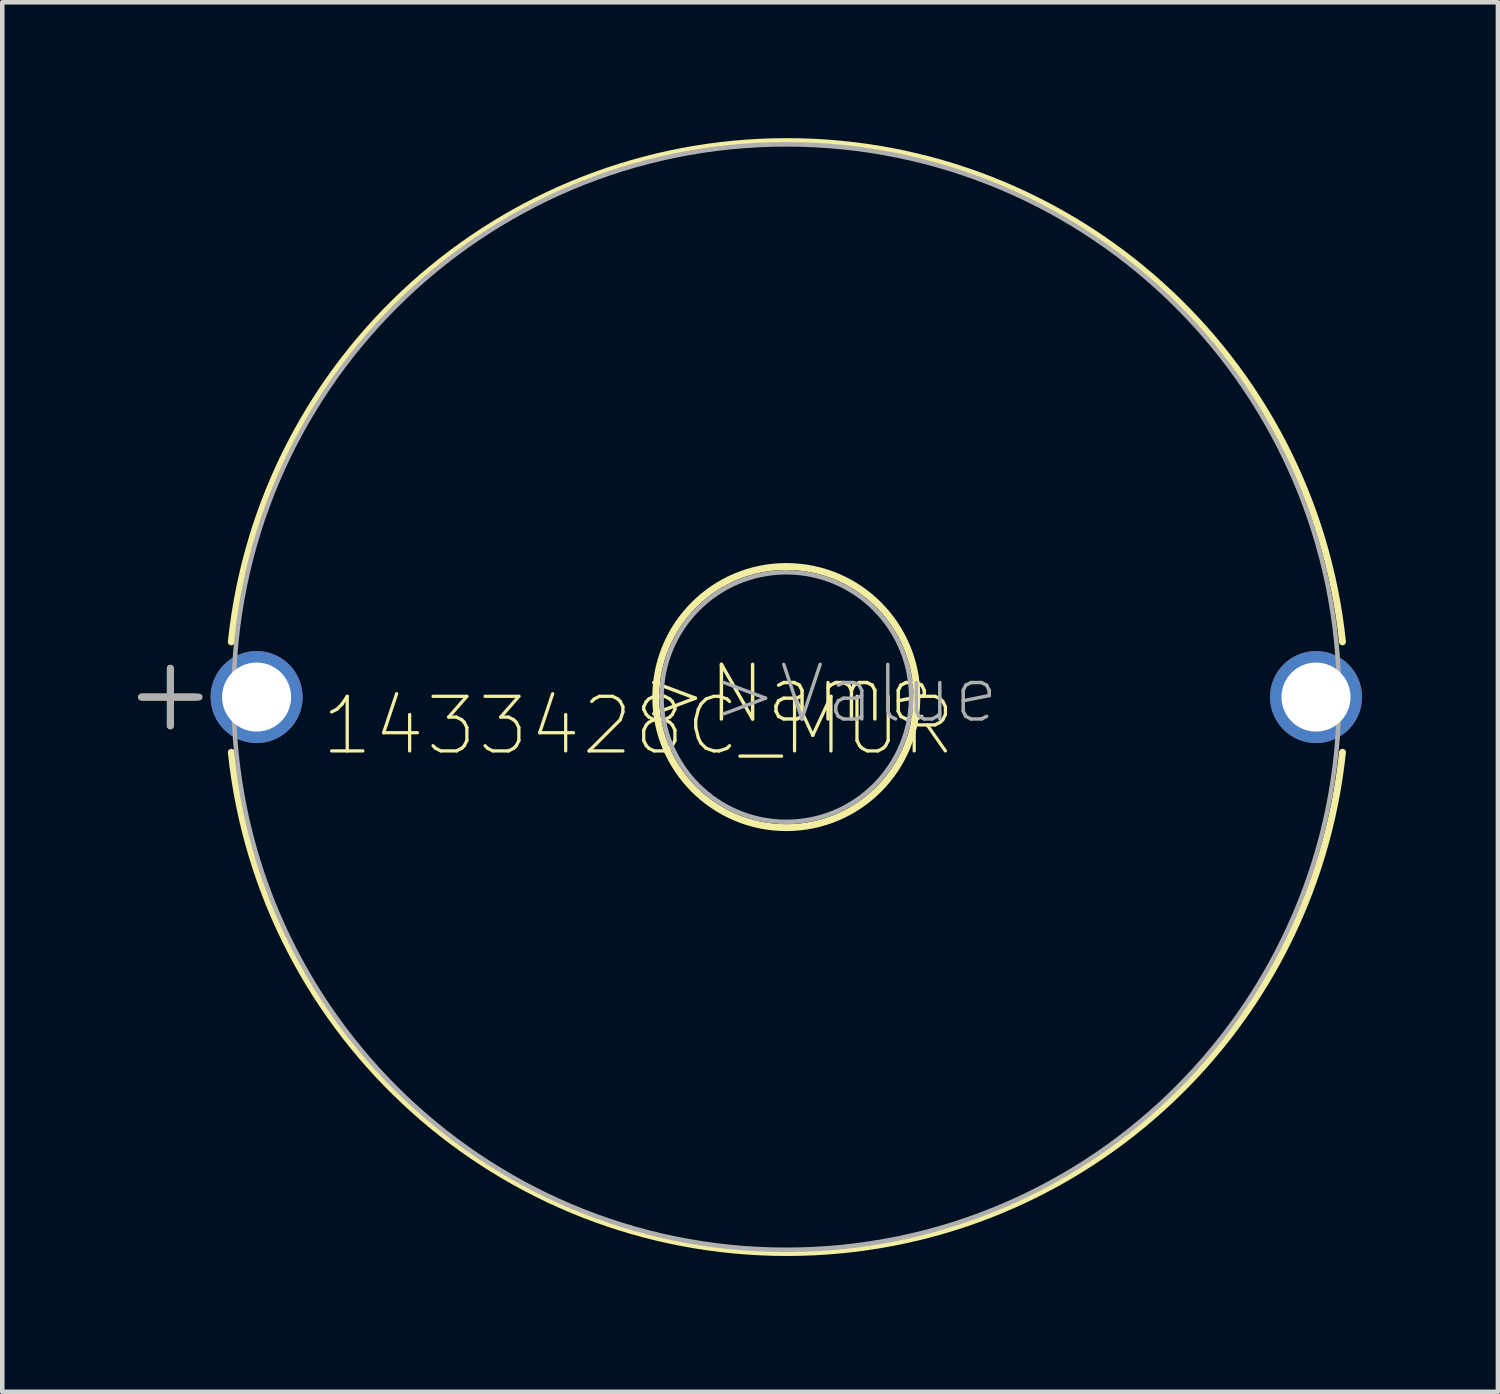
<source format=kicad_pcb>
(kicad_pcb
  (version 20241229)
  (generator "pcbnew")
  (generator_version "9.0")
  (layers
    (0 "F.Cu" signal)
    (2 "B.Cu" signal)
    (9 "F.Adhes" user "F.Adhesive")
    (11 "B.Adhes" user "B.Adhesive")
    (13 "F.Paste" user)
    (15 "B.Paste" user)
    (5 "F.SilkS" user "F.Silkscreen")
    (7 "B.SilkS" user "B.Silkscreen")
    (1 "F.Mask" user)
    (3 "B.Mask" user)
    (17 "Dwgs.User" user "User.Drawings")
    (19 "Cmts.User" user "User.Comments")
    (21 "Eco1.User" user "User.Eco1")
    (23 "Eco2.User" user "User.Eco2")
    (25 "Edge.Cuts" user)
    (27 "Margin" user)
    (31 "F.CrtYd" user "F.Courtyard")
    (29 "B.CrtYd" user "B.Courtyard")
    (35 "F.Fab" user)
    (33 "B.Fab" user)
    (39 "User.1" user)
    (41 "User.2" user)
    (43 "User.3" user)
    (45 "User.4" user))
  (footprint "1433428C_MUR"
    (layer "F.Cu")
    (at 2.616 12.342)
    (property "Reference" "1433428C_MUR" (at 8.433 0.635 0) (layer "F.SilkS") (effects (font (size 1.206 1.206) (thickness 0.072))))
    (attr through_hole)
    (fp_line (start -2.54 0) (end -1.346 0) (stroke (width 0.152) (type solid)) (layer "F.SilkS"))
    (fp_line (start -1.905 -0.635) (end -1.905 0.635) (stroke (width 0.152) (type solid)) (layer "F.SilkS"))
    (fp_arc (start -0.5588 -1.2192) (mid 11.709399 -12.265538) (end 23.9776 -1.219202) (stroke (width 0.1524) (type solid)) (layer "F.SilkS"))
    (fp_arc (start 8.8138 0) (mid 11.6967 -2.8829) (end 14.5796 0) (stroke (width 0.1524) (type solid)) (layer "F.SilkS"))
    (fp_arc (start 14.5796 0) (mid 11.6967 2.8829) (end 8.8138 0) (stroke (width 0.1524) (type solid)) (layer "F.SilkS"))
    (fp_arc (start 23.9776 1.2192) (mid 11.709401 12.265538) (end -0.5588 1.219202) (stroke (width 0.1524) (type solid)) (layer "F.SilkS"))
    (fp_line (start -2.54 0) (end -1.27 0) (stroke (width 0.152) (type solid)) (layer "F.Fab"))
    (fp_line (start -1.905 -0.635) (end -1.905 0.635) (stroke (width 0.152) (type solid)) (layer "F.Fab"))
    (fp_arc (start -0.508 0) (mid 11.6967 -12.2047) (end 23.9014 0) (stroke (width 0.1) (type solid)) (layer "F.Fab"))
    (fp_arc (start 8.9408 0) (mid 11.6967 -2.7559) (end 14.4526 0) (stroke (width 0.1) (type solid)) (layer "F.Fab"))
    (fp_arc (start 14.4526 0) (mid 11.6967 2.7559) (end 8.9408 0) (stroke (width 0.1) (type solid)) (layer "F.Fab"))
    (fp_arc (start 23.9014 0) (mid 11.6967 12.2047) (end -0.508 0) (stroke (width 0.1) (type solid)) (layer "F.Fab"))
    (fp_text user ">Name" (at 8.433 0.635 0) (layer "F.SilkS") (effects (font (size 1.206 1.206) (thickness 0.076)) (justify left bottom)))
    (fp_text user ">Value" (at 9.982 0.635 0) (layer "F.Fab") (effects (font (size 1.206 1.206) (thickness 0.076)) (justify left bottom)))
    (pad "1" thru_hole circle (at 0 0) (size 2.032 2.032) (drill 1.524) (layers "*.Cu" "*.Mask"))
    (pad "2" thru_hole circle (at 23.393 0 180) (size 2.032 2.032) (drill 1.524) (layers "*.Cu" "*.Mask")))
  (gr_rect
    (start -3 -3)
    (end 30.026 27.683)
    (stroke (width 0.1) (type default))
    (fill no)
    (layer "Edge.Cuts")))
</source>
